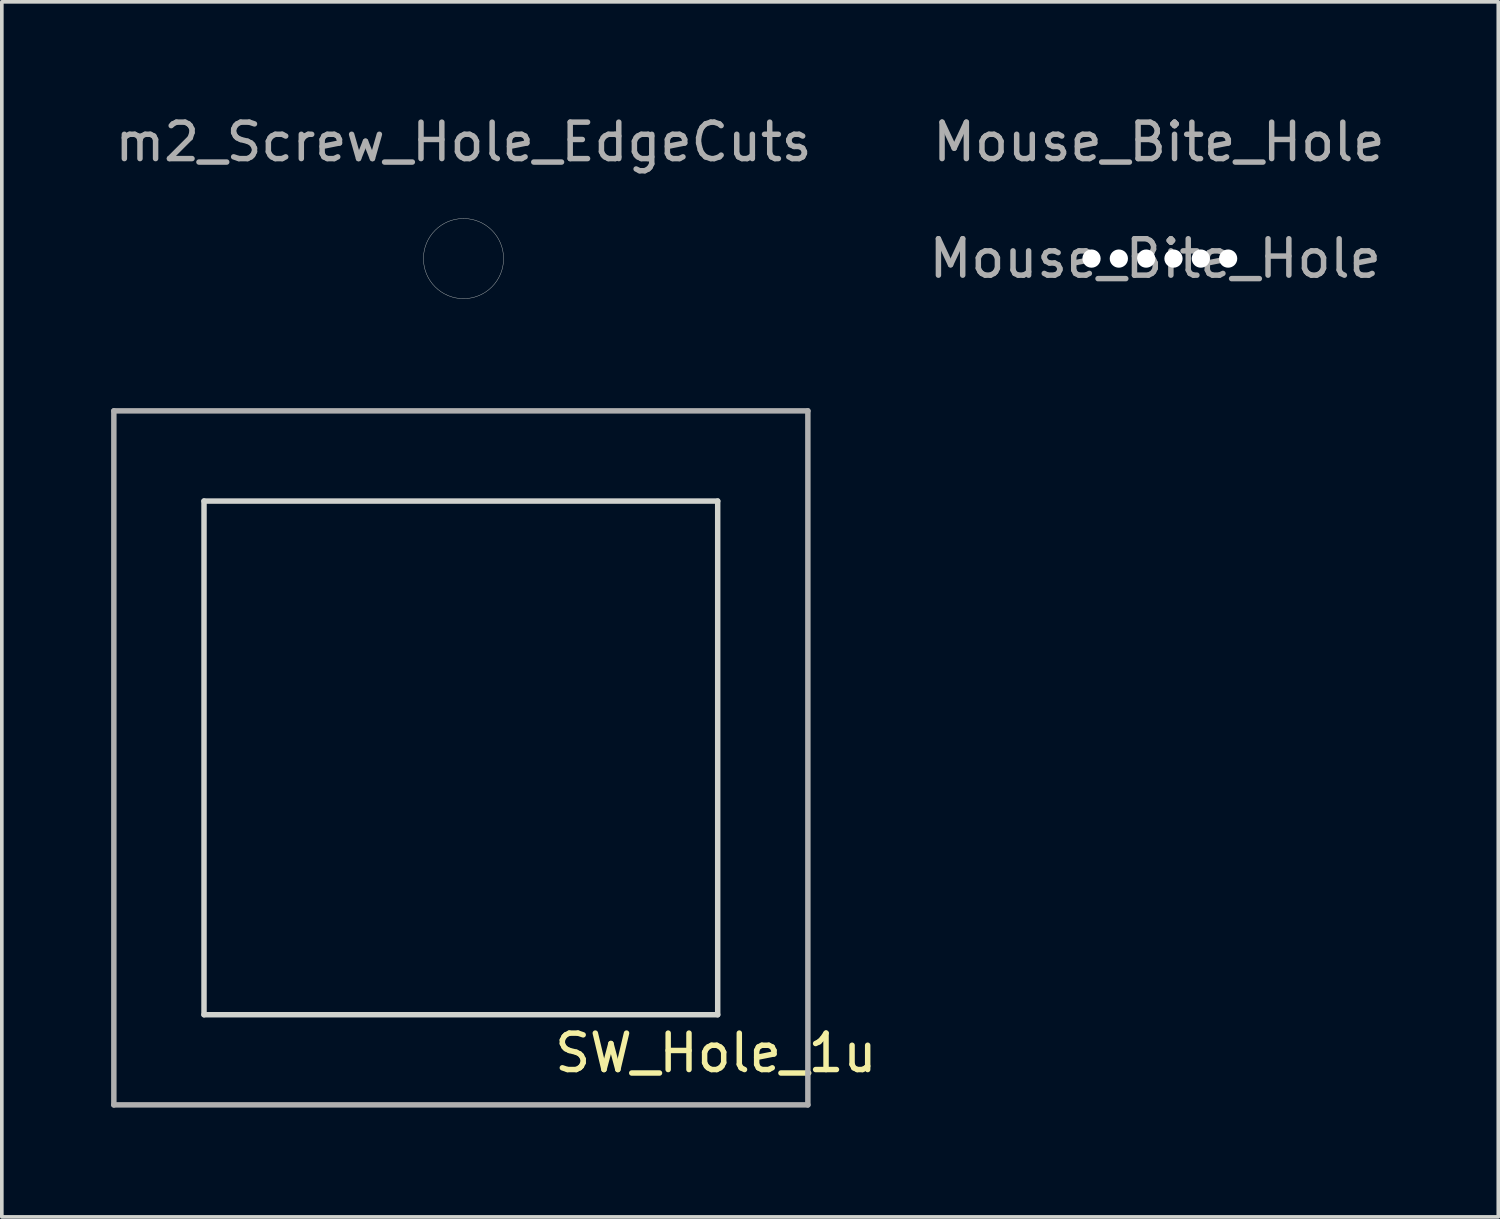
<source format=kicad_pcb>
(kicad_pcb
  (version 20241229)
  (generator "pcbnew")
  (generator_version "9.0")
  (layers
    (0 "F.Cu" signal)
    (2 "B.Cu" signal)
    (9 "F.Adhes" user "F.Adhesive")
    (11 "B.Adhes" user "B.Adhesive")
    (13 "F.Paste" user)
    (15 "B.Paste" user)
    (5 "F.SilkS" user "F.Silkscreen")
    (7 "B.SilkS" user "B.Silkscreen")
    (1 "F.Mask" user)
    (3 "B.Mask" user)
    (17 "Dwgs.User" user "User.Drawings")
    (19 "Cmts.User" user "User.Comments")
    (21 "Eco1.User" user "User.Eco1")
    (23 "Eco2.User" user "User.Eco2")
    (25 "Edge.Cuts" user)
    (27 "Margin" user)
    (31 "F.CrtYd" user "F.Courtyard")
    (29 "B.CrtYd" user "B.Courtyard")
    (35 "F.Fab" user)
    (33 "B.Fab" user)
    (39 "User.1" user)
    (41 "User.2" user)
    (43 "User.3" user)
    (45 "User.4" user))
  (footprint "Mouse_Bite_Hole"
    (layer "F.Cu")
    (at 28.761 4.048)
    (property "Reference" "Mouse_Bite_Hole" (at 0 -3.2 0) (layer "F.Fab") (effects (font (size 1 1) (thickness 0.15))))
    (attr exclude_from_pos_files exclude_from_bom)
    (fp_text user "${REFERENCE}" (at -0.1 0 0) (layer "F.Fab") (effects (font (size 1 1) (thickness 0.15))))
    (pad "" np_thru_hole circle (at -1.85 0) (size 0.5 0.5) (drill 0.5) (layers "*.Cu" "*.Mask"))
    (pad "" np_thru_hole circle (at -1.1 0) (size 0.5 0.5) (drill 0.5) (layers "*.Cu" "*.Mask"))
    (pad "" np_thru_hole circle (at -0.35 0) (size 0.5 0.5) (drill 0.5) (layers "*.Cu" "*.Mask"))
    (pad "" np_thru_hole circle (at 0.4 0) (size 0.5 0.5) (drill 0.5) (layers "*.Cu" "*.Mask"))
    (pad "" np_thru_hole circle (at 1.15 0) (size 0.5 0.5) (drill 0.5) (layers "*.Cu" "*.Mask"))
    (pad "" np_thru_hole circle (at 1.9 0) (size 0.5 0.5) (drill 0.5) (layers "*.Cu" "*.Mask")))
  (footprint "m2_Screw_Hole_EdgeCuts"
    (layer "F.Cu")
    (at 9.673 4.048)
    (property "Reference" "m2_Screw_Hole_EdgeCuts" (at 0 -3.2 0) (layer "F.Fab") (effects (font (size 1 1) (thickness 0.15))))
    (attr exclude_from_pos_files exclude_from_bom)
    (fp_circle (center 0 0) (end 1.1 0) (stroke (width 0.01) (type solid)) (fill no) (layer "Edge.Cuts")))
  (footprint "SW_Hole_1u"
    (layer "F.Cu")
    (at 9.6 17.753)
    (property "Reference" "SW_Hole_1u" (at 7 8.1 0) (layer "F.SilkS") (effects (font (size 1 1) (thickness 0.15))))
    (attr through_hole)
    (fp_line (start -7.05 -7.05) (end 7.05 -7.05) (stroke (width 0.15) (type solid)) (layer "Edge.Cuts"))
    (fp_line (start -7.05 7.05) (end -7.05 -7.05) (stroke (width 0.15) (type solid)) (layer "Edge.Cuts"))
    (fp_line (start 7.05 -7.05) (end 7.05 7.05) (stroke (width 0.15) (type solid)) (layer "Edge.Cuts"))
    (fp_line (start 7.05 7.05) (end -7.05 7.05) (stroke (width 0.15) (type solid)) (layer "Edge.Cuts"))
    (fp_line (start -9.525 -9.525) (end -9.525 9.525) (stroke (width 0.15) (type solid)) (layer "F.Fab"))
    (fp_line (start -9.525 9.525) (end 9.525 9.525) (stroke (width 0.15) (type solid)) (layer "F.Fab"))
    (fp_line (start 9.525 -9.525) (end -9.525 -9.525) (stroke (width 0.15) (type solid)) (layer "F.Fab"))
    (fp_line (start 9.525 9.525) (end 9.525 -9.525) (stroke (width 0.15) (type solid)) (layer "F.Fab")))
  (gr_rect
    (start -3 -3)
    (end 38.076 30.353)
    (stroke (width 0.1) (type default))
    (fill no)
    (layer "Edge.Cuts")))
</source>
